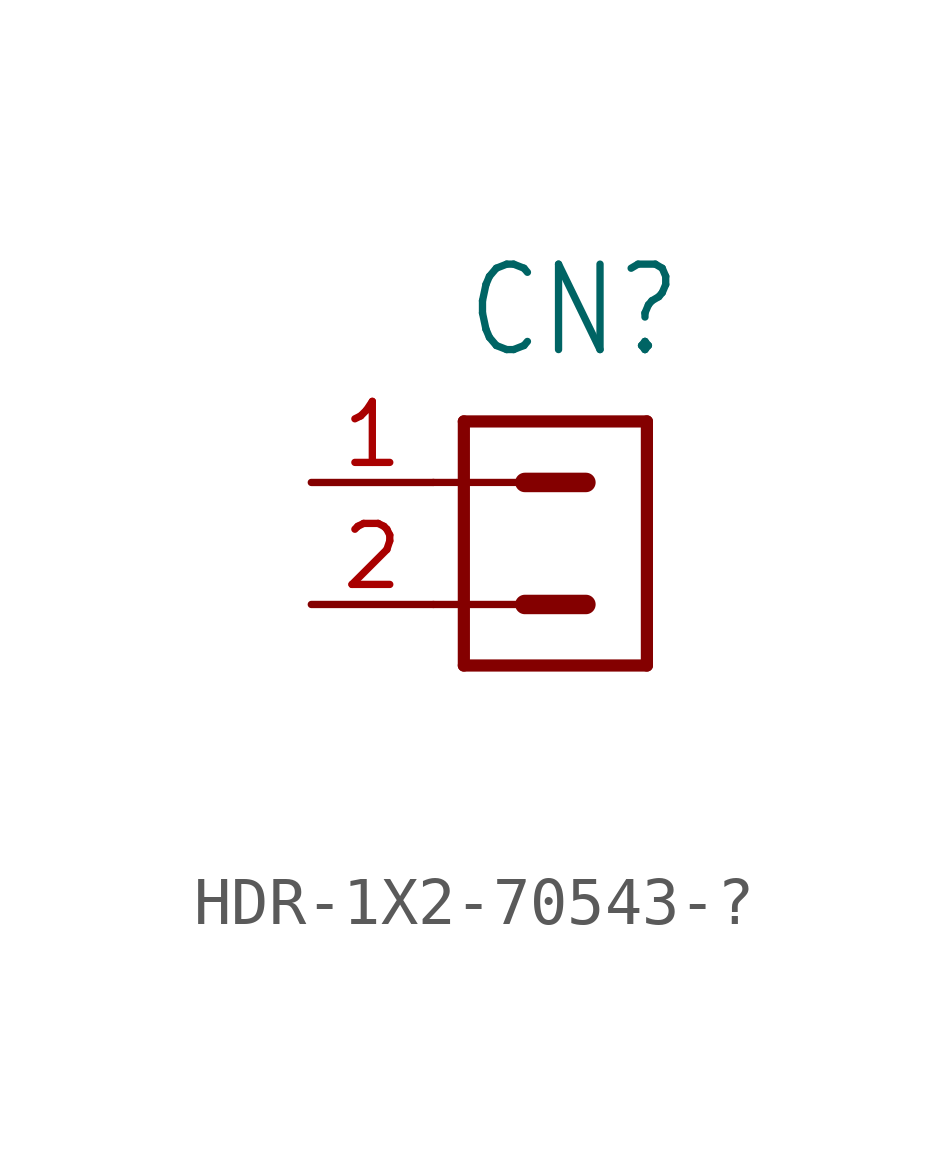
<source format=kicad_sym>
(kicad_symbol_lib
  (version 20220914)
  (generator kicad_symbol_editor)
  (symbol "HDR-1X2-70543-?"
    (property "Reference" "CN"
      (at -1.905 2.54 0)
      (effects (font (size 1.778 1.511)) (justify left bottom)))
    (property "Value" ""
      (at -1.905 -6.668 0)
      (effects (font (size 1.778 1.511)) (justify left bottom)))
    (property "ki_locked" ""
      (at 0 0 0)
      (effects (font (size 1.27 1.27))))
    (symbol "HDR-1X2-70543-?_1_0"
      (polyline (pts (xy -2.54 -2.54) (xy -0.635 -2.54)) (stroke (width 0.152) (type solid)) (fill (type none)))
      (polyline (pts (xy -2.54 0) (xy -0.635 0)) (stroke (width 0.152) (type solid)) (fill (type none)))
      (polyline (pts (xy -1.905 -3.81) (xy -1.905 1.27)) (stroke (width 0.254) (type solid)) (fill (type none)))
      (polyline (pts (xy -1.905 -3.81) (xy 1.905 -3.81)) (stroke (width 0.254) (type solid)) (fill (type none)))
      (polyline (pts (xy -0.635 -2.54) (xy 0.635 -2.54)) (stroke (width 0.406) (type solid)) (fill (type none)))
      (polyline (pts (xy -0.635 0) (xy 0.635 0)) (stroke (width 0.406) (type solid)) (fill (type none)))
      (polyline (pts (xy 1.905 1.27) (xy -1.905 1.27)) (stroke (width 0.254) (type solid)) (fill (type none)))
      (polyline (pts (xy 1.905 1.27) (xy 1.905 -3.81)) (stroke (width 0.254) (type solid)) (fill (type none)))
      (pin passive line (at -5.08 0 0) (length 2.54) (name "1" (effects (font (size 0 0)))) (number "1" (effects (font (size 1.27 1.27)))))
      (pin passive line (at -5.08 -2.54 0) (length 2.54) (name "2" (effects (font (size 0 0)))) (number "2" (effects (font (size 1.27 1.27))))))))
</source>
